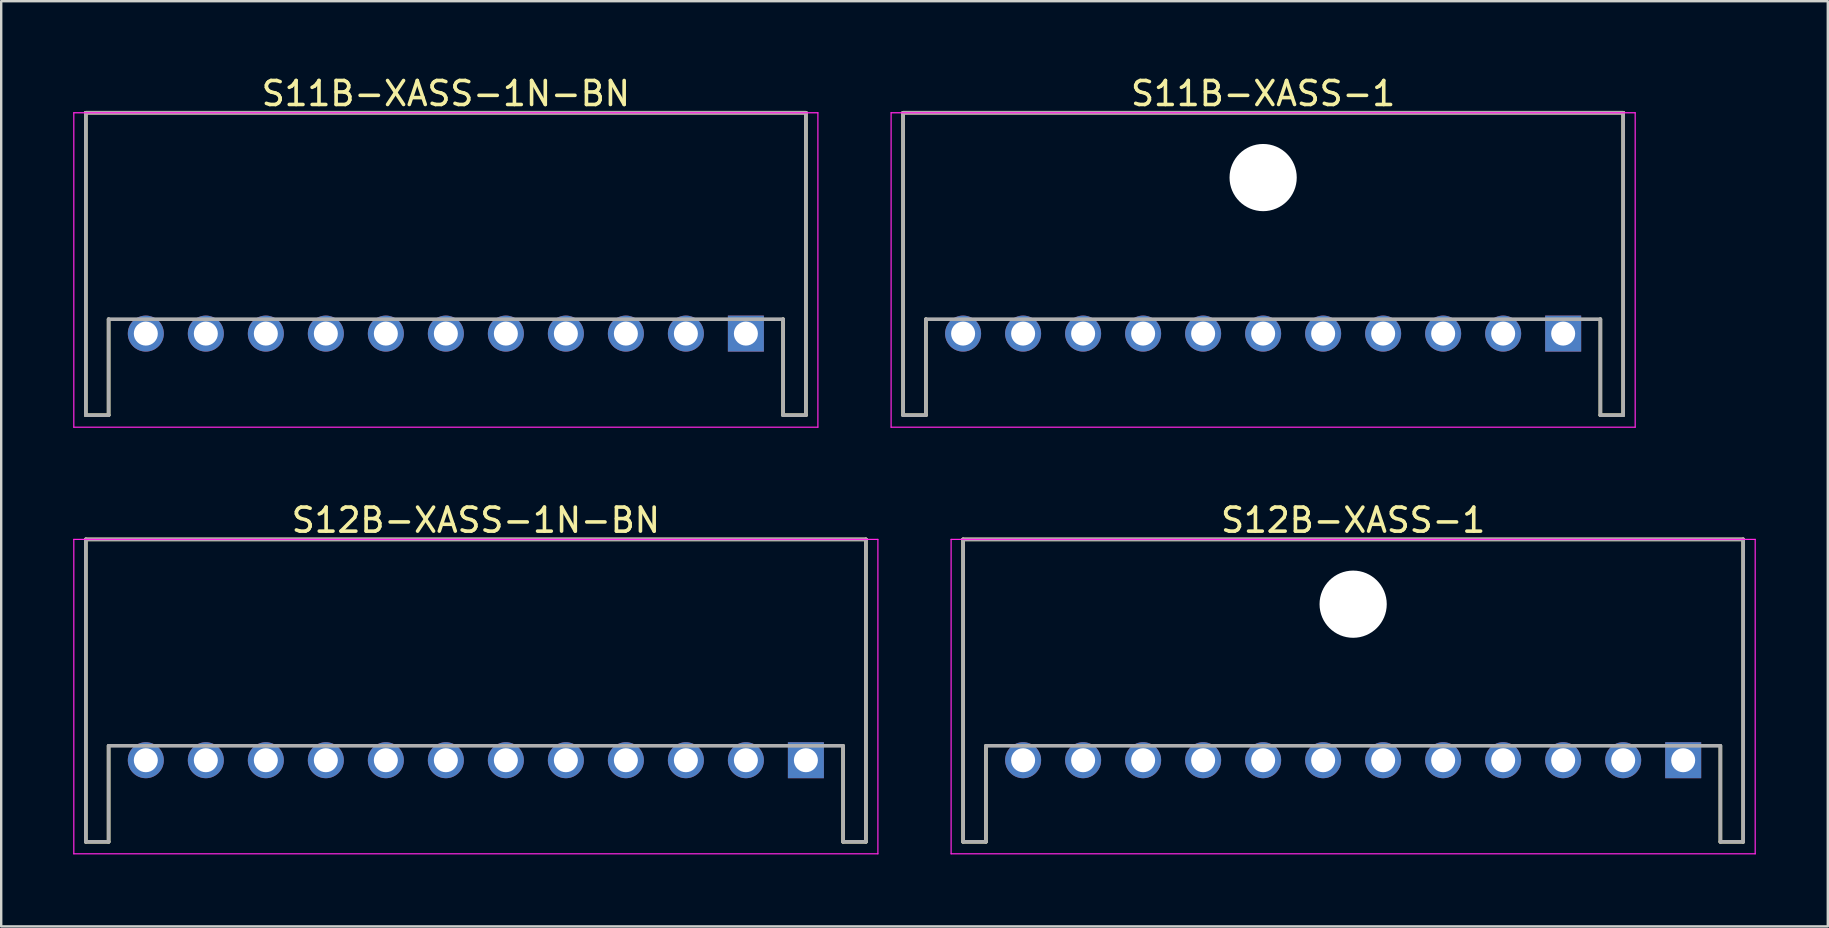
<source format=kicad_pcb>
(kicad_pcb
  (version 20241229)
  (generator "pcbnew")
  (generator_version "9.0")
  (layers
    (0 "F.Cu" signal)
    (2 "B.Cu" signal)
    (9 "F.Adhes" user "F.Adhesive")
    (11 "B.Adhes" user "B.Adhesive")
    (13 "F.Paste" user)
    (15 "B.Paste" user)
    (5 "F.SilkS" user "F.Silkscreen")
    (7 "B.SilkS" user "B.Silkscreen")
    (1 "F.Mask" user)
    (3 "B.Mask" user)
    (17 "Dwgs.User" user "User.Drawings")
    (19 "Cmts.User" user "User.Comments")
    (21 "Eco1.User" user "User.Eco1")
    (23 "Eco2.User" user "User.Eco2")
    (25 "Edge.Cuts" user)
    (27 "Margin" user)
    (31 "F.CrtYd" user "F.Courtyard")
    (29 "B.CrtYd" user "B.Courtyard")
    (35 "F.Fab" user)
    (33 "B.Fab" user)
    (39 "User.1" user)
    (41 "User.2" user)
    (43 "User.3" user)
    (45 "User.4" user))
  (footprint "S12B-XASS-1N-BN"
    (layer "F.Cu")
    (at 16.775 28.622)
    (property "Reference" "S12B-XASS-1N-BN" (at 0 -10 0) (layer "F.SilkS") (effects (font (size 1 1) (thickness 0.15))))
    (attr smd)
    (fp_line (start -16.25 -9.2) (end -16.25 3.4) (stroke (width 0.15) (type solid)) (layer "F.SilkS"))
    (fp_line (start -16.25 -9.2) (end 16.25 -9.2) (stroke (width 0.15) (type solid)) (layer "F.SilkS"))
    (fp_line (start -16.25 3.4) (end -15.3 3.4) (stroke (width 0.15) (type solid)) (layer "F.SilkS"))
    (fp_line (start -15.3 -0.6) (end -15.3 3.4) (stroke (width 0.15) (type solid)) (layer "F.SilkS"))
    (fp_line (start 15.3 -0.6) (end 15.3 3.4) (stroke (width 0.15) (type solid)) (layer "F.SilkS"))
    (fp_line (start 15.3 3.4) (end 16.25 3.4) (stroke (width 0.15) (type solid)) (layer "F.SilkS"))
    (fp_line (start 16.25 -9.2) (end 16.25 3.4) (stroke (width 0.15) (type solid)) (layer "F.SilkS"))
    (fp_line (start -16.75 -9.2) (end -16.75 3.9) (stroke (width 0.05) (type solid)) (layer "F.CrtYd"))
    (fp_line (start -16.75 -9.2) (end 16.75 -9.2) (stroke (width 0.05) (type solid)) (layer "F.CrtYd"))
    (fp_line (start -16.75 3.9) (end 16.75 3.9) (stroke (width 0.05) (type solid)) (layer "F.CrtYd"))
    (fp_line (start 16.75 -9.2) (end 16.75 3.9) (stroke (width 0.05) (type solid)) (layer "F.CrtYd"))
    (fp_line (start -16.25 -9.2) (end -16.25 3.4) (stroke (width 0.15) (type solid)) (layer "F.Fab"))
    (fp_line (start -16.25 -9.2) (end 16.25 -9.2) (stroke (width 0.15) (type solid)) (layer "F.Fab"))
    (fp_line (start -16.25 3.4) (end -15.3 3.4) (stroke (width 0.15) (type solid)) (layer "F.Fab"))
    (fp_line (start -15.3 -0.6) (end -15.3 3.4) (stroke (width 0.15) (type solid)) (layer "F.Fab"))
    (fp_line (start -15.3 -0.6) (end 15.3 -0.6) (stroke (width 0.15) (type solid)) (layer "F.Fab"))
    (fp_line (start 15.3 -0.6) (end 15.3 3.4) (stroke (width 0.15) (type solid)) (layer "F.Fab"))
    (fp_line (start 15.3 3.4) (end 16.25 3.4) (stroke (width 0.15) (type solid)) (layer "F.Fab"))
    (fp_line (start 16.25 -9.2) (end 16.25 3.4) (stroke (width 0.15) (type solid)) (layer "F.Fab"))
    (pad "1" thru_hole rect (at 13.75 0 180) (size 1.5 1.5) (drill 1) (layers "*.Cu" "*.Mask"))
    (pad "2" thru_hole circle (at 11.25 0 180) (size 1.5 1.5) (drill 1) (layers "*.Cu" "*.Mask"))
    (pad "3" thru_hole circle (at 8.75 0 180) (size 1.5 1.5) (drill 1) (layers "*.Cu" "*.Mask"))
    (pad "4" thru_hole circle (at 6.25 0 180) (size 1.5 1.5) (drill 1) (layers "*.Cu" "*.Mask"))
    (pad "5" thru_hole circle (at 3.75 0 180) (size 1.5 1.5) (drill 1) (layers "*.Cu" "*.Mask"))
    (pad "6" thru_hole circle (at 1.25 0 180) (size 1.5 1.5) (drill 1) (layers "*.Cu" "*.Mask"))
    (pad "7" thru_hole circle (at -1.25 0 180) (size 1.5 1.5) (drill 1) (layers "*.Cu" "*.Mask"))
    (pad "8" thru_hole circle (at -3.75 0 180) (size 1.5 1.5) (drill 1) (layers "*.Cu" "*.Mask"))
    (pad "9" thru_hole circle (at -6.25 0 180) (size 1.5 1.5) (drill 1) (layers "*.Cu" "*.Mask"))
    (pad "10" thru_hole circle (at -8.75 0 180) (size 1.5 1.5) (drill 1) (layers "*.Cu" "*.Mask"))
    (pad "11" thru_hole circle (at -11.25 0 180) (size 1.5 1.5) (drill 1) (layers "*.Cu" "*.Mask"))
    (pad "12" thru_hole circle (at -13.75 0 180) (size 1.5 1.5) (drill 1) (layers "*.Cu" "*.Mask")))
  (footprint "S11B-XASS-1"
    (layer "F.Cu")
    (at 49.575 10.848)
    (property "Reference" "S11B-XASS-1" (at 0 -10 0) (layer "F.SilkS") (effects (font (size 1 1) (thickness 0.15))))
    (attr smd)
    (fp_line (start -15 -9.2) (end -15 3.4) (stroke (width 0.15) (type solid)) (layer "F.SilkS"))
    (fp_line (start -15 -9.2) (end 15 -9.2) (stroke (width 0.15) (type solid)) (layer "F.SilkS"))
    (fp_line (start -15 3.4) (end -14.05 3.4) (stroke (width 0.15) (type solid)) (layer "F.SilkS"))
    (fp_line (start -14.05 -0.6) (end -14.05 3.4) (stroke (width 0.15) (type solid)) (layer "F.SilkS"))
    (fp_line (start 14.05 -0.6) (end 14.05 3.4) (stroke (width 0.15) (type solid)) (layer "F.SilkS"))
    (fp_line (start 14.05 3.4) (end 15 3.4) (stroke (width 0.15) (type solid)) (layer "F.SilkS"))
    (fp_line (start 15 -9.2) (end 15 3.4) (stroke (width 0.15) (type solid)) (layer "F.SilkS"))
    (fp_line (start -15.5 -9.2) (end -15.5 3.9) (stroke (width 0.05) (type solid)) (layer "F.CrtYd"))
    (fp_line (start -15.5 -9.2) (end 15.5 -9.2) (stroke (width 0.05) (type solid)) (layer "F.CrtYd"))
    (fp_line (start -15.5 3.9) (end 15.5 3.9) (stroke (width 0.05) (type solid)) (layer "F.CrtYd"))
    (fp_line (start 15.5 -9.2) (end 15.5 3.9) (stroke (width 0.05) (type solid)) (layer "F.CrtYd"))
    (fp_line (start -15 -9.2) (end -15 3.4) (stroke (width 0.15) (type solid)) (layer "F.Fab"))
    (fp_line (start -15 -9.2) (end 15 -9.2) (stroke (width 0.15) (type solid)) (layer "F.Fab"))
    (fp_line (start -15 3.4) (end -14.05 3.4) (stroke (width 0.15) (type solid)) (layer "F.Fab"))
    (fp_line (start -14.05 -0.6) (end -14.05 3.4) (stroke (width 0.15) (type solid)) (layer "F.Fab"))
    (fp_line (start -14.05 -0.6) (end 14.05 -0.6) (stroke (width 0.15) (type solid)) (layer "F.Fab"))
    (fp_line (start 14.05 -0.6) (end 14.05 3.4) (stroke (width 0.15) (type solid)) (layer "F.Fab"))
    (fp_line (start 14.05 3.4) (end 15 3.4) (stroke (width 0.15) (type solid)) (layer "F.Fab"))
    (fp_line (start 15 -9.2) (end 15 3.4) (stroke (width 0.15) (type solid)) (layer "F.Fab"))
    (pad "" np_thru_hole circle (at 0 -6.5) (size 2.8 2.8) (drill 2.8) (layers "*.Cu" "*.Mask"))
    (pad "1" thru_hole rect (at 12.5 0 180) (size 1.5 1.5) (drill 1) (layers "*.Cu" "*.Mask"))
    (pad "2" thru_hole circle (at 10 0 180) (size 1.5 1.5) (drill 1) (layers "*.Cu" "*.Mask"))
    (pad "3" thru_hole circle (at 7.5 0 180) (size 1.5 1.5) (drill 1) (layers "*.Cu" "*.Mask"))
    (pad "4" thru_hole circle (at 5 0 180) (size 1.5 1.5) (drill 1) (layers "*.Cu" "*.Mask"))
    (pad "5" thru_hole circle (at 2.5 0 180) (size 1.5 1.5) (drill 1) (layers "*.Cu" "*.Mask"))
    (pad "6" thru_hole circle (at 0 0 180) (size 1.5 1.5) (drill 1) (layers "*.Cu" "*.Mask"))
    (pad "7" thru_hole circle (at -2.5 0 180) (size 1.5 1.5) (drill 1) (layers "*.Cu" "*.Mask"))
    (pad "8" thru_hole circle (at -5 0 180) (size 1.5 1.5) (drill 1) (layers "*.Cu" "*.Mask"))
    (pad "9" thru_hole circle (at -7.5 0 180) (size 1.5 1.5) (drill 1) (layers "*.Cu" "*.Mask"))
    (pad "10" thru_hole circle (at -10 0 180) (size 1.5 1.5) (drill 1) (layers "*.Cu" "*.Mask"))
    (pad "11" thru_hole circle (at -12.5 0 180) (size 1.5 1.5) (drill 1) (layers "*.Cu" "*.Mask")))
  (footprint "S12B-XASS-1"
    (layer "F.Cu")
    (at 53.325 28.622)
    (property "Reference" "S12B-XASS-1" (at 0 -10 0) (layer "F.SilkS") (effects (font (size 1 1) (thickness 0.15))))
    (attr smd)
    (fp_line (start -16.25 -9.2) (end -16.25 3.4) (stroke (width 0.15) (type solid)) (layer "F.SilkS"))
    (fp_line (start -16.25 -9.2) (end 16.25 -9.2) (stroke (width 0.15) (type solid)) (layer "F.SilkS"))
    (fp_line (start -16.25 3.4) (end -15.3 3.4) (stroke (width 0.15) (type solid)) (layer "F.SilkS"))
    (fp_line (start -15.3 -0.6) (end -15.3 3.4) (stroke (width 0.15) (type solid)) (layer "F.SilkS"))
    (fp_line (start 15.3 -0.6) (end 15.3 3.4) (stroke (width 0.15) (type solid)) (layer "F.SilkS"))
    (fp_line (start 15.3 3.4) (end 16.25 3.4) (stroke (width 0.15) (type solid)) (layer "F.SilkS"))
    (fp_line (start 16.25 -9.2) (end 16.25 3.4) (stroke (width 0.15) (type solid)) (layer "F.SilkS"))
    (fp_line (start -16.75 -9.2) (end -16.75 3.9) (stroke (width 0.05) (type solid)) (layer "F.CrtYd"))
    (fp_line (start -16.75 -9.2) (end 16.75 -9.2) (stroke (width 0.05) (type solid)) (layer "F.CrtYd"))
    (fp_line (start -16.75 3.9) (end 16.75 3.9) (stroke (width 0.05) (type solid)) (layer "F.CrtYd"))
    (fp_line (start 16.75 -9.2) (end 16.75 3.9) (stroke (width 0.05) (type solid)) (layer "F.CrtYd"))
    (fp_line (start -16.25 -9.2) (end -16.25 3.4) (stroke (width 0.15) (type solid)) (layer "F.Fab"))
    (fp_line (start -16.25 -9.2) (end 16.25 -9.2) (stroke (width 0.15) (type solid)) (layer "F.Fab"))
    (fp_line (start -16.25 3.4) (end -15.3 3.4) (stroke (width 0.15) (type solid)) (layer "F.Fab"))
    (fp_line (start -15.3 -0.6) (end -15.3 3.4) (stroke (width 0.15) (type solid)) (layer "F.Fab"))
    (fp_line (start -15.3 -0.6) (end 15.3 -0.6) (stroke (width 0.15) (type solid)) (layer "F.Fab"))
    (fp_line (start 15.3 -0.6) (end 15.3 3.4) (stroke (width 0.15) (type solid)) (layer "F.Fab"))
    (fp_line (start 15.3 3.4) (end 16.25 3.4) (stroke (width 0.15) (type solid)) (layer "F.Fab"))
    (fp_line (start 16.25 -9.2) (end 16.25 3.4) (stroke (width 0.15) (type solid)) (layer "F.Fab"))
    (pad "" np_thru_hole circle (at 0 -6.5) (size 2.8 2.8) (drill 2.8) (layers "*.Cu" "*.Mask"))
    (pad "1" thru_hole rect (at 13.75 0 180) (size 1.5 1.5) (drill 1) (layers "*.Cu" "*.Mask"))
    (pad "2" thru_hole circle (at 11.25 0 180) (size 1.5 1.5) (drill 1) (layers "*.Cu" "*.Mask"))
    (pad "3" thru_hole circle (at 8.75 0 180) (size 1.5 1.5) (drill 1) (layers "*.Cu" "*.Mask"))
    (pad "4" thru_hole circle (at 6.25 0 180) (size 1.5 1.5) (drill 1) (layers "*.Cu" "*.Mask"))
    (pad "5" thru_hole circle (at 3.75 0 180) (size 1.5 1.5) (drill 1) (layers "*.Cu" "*.Mask"))
    (pad "6" thru_hole circle (at 1.25 0 180) (size 1.5 1.5) (drill 1) (layers "*.Cu" "*.Mask"))
    (pad "7" thru_hole circle (at -1.25 0 180) (size 1.5 1.5) (drill 1) (layers "*.Cu" "*.Mask"))
    (pad "8" thru_hole circle (at -3.75 0 180) (size 1.5 1.5) (drill 1) (layers "*.Cu" "*.Mask"))
    (pad "9" thru_hole circle (at -6.25 0 180) (size 1.5 1.5) (drill 1) (layers "*.Cu" "*.Mask"))
    (pad "10" thru_hole circle (at -8.75 0 180) (size 1.5 1.5) (drill 1) (layers "*.Cu" "*.Mask"))
    (pad "11" thru_hole circle (at -11.25 0 180) (size 1.5 1.5) (drill 1) (layers "*.Cu" "*.Mask"))
    (pad "12" thru_hole circle (at -13.75 0 180) (size 1.5 1.5) (drill 1) (layers "*.Cu" "*.Mask")))
  (footprint "S11B-XASS-1N-BN"
    (layer "F.Cu")
    (at 15.525 10.848)
    (property "Reference" "S11B-XASS-1N-BN" (at 0 -10 0) (layer "F.SilkS") (effects (font (size 1 1) (thickness 0.15))))
    (attr smd)
    (fp_line (start -15 -9.2) (end -15 3.4) (stroke (width 0.15) (type solid)) (layer "F.SilkS"))
    (fp_line (start -15 -9.2) (end 15 -9.2) (stroke (width 0.15) (type solid)) (layer "F.SilkS"))
    (fp_line (start -15 3.4) (end -14.05 3.4) (stroke (width 0.15) (type solid)) (layer "F.SilkS"))
    (fp_line (start -14.05 -0.6) (end -14.05 3.4) (stroke (width 0.15) (type solid)) (layer "F.SilkS"))
    (fp_line (start 14.05 -0.6) (end 14.05 3.4) (stroke (width 0.15) (type solid)) (layer "F.SilkS"))
    (fp_line (start 14.05 3.4) (end 15 3.4) (stroke (width 0.15) (type solid)) (layer "F.SilkS"))
    (fp_line (start 15 -9.2) (end 15 3.4) (stroke (width 0.15) (type solid)) (layer "F.SilkS"))
    (fp_line (start -15.5 -9.2) (end -15.5 3.9) (stroke (width 0.05) (type solid)) (layer "F.CrtYd"))
    (fp_line (start -15.5 -9.2) (end 15.5 -9.2) (stroke (width 0.05) (type solid)) (layer "F.CrtYd"))
    (fp_line (start -15.5 3.9) (end 15.5 3.9) (stroke (width 0.05) (type solid)) (layer "F.CrtYd"))
    (fp_line (start 15.5 -9.2) (end 15.5 3.9) (stroke (width 0.05) (type solid)) (layer "F.CrtYd"))
    (fp_line (start -15 -9.2) (end -15 3.4) (stroke (width 0.15) (type solid)) (layer "F.Fab"))
    (fp_line (start -15 -9.2) (end 15 -9.2) (stroke (width 0.15) (type solid)) (layer "F.Fab"))
    (fp_line (start -15 3.4) (end -14.05 3.4) (stroke (width 0.15) (type solid)) (layer "F.Fab"))
    (fp_line (start -14.05 -0.6) (end -14.05 3.4) (stroke (width 0.15) (type solid)) (layer "F.Fab"))
    (fp_line (start -14.05 -0.6) (end 14.05 -0.6) (stroke (width 0.15) (type solid)) (layer "F.Fab"))
    (fp_line (start 14.05 -0.6) (end 14.05 3.4) (stroke (width 0.15) (type solid)) (layer "F.Fab"))
    (fp_line (start 14.05 3.4) (end 15 3.4) (stroke (width 0.15) (type solid)) (layer "F.Fab"))
    (fp_line (start 15 -9.2) (end 15 3.4) (stroke (width 0.15) (type solid)) (layer "F.Fab"))
    (pad "1" thru_hole rect (at 12.5 0 180) (size 1.5 1.5) (drill 1) (layers "*.Cu" "*.Mask"))
    (pad "2" thru_hole circle (at 10 0 180) (size 1.5 1.5) (drill 1) (layers "*.Cu" "*.Mask"))
    (pad "3" thru_hole circle (at 7.5 0 180) (size 1.5 1.5) (drill 1) (layers "*.Cu" "*.Mask"))
    (pad "4" thru_hole circle (at 5 0 180) (size 1.5 1.5) (drill 1) (layers "*.Cu" "*.Mask"))
    (pad "5" thru_hole circle (at 2.5 0 180) (size 1.5 1.5) (drill 1) (layers "*.Cu" "*.Mask"))
    (pad "6" thru_hole circle (at 0 0 180) (size 1.5 1.5) (drill 1) (layers "*.Cu" "*.Mask"))
    (pad "7" thru_hole circle (at -2.5 0 180) (size 1.5 1.5) (drill 1) (layers "*.Cu" "*.Mask"))
    (pad "8" thru_hole circle (at -5 0 180) (size 1.5 1.5) (drill 1) (layers "*.Cu" "*.Mask"))
    (pad "9" thru_hole circle (at -7.5 0 180) (size 1.5 1.5) (drill 1) (layers "*.Cu" "*.Mask"))
    (pad "10" thru_hole circle (at -10 0 180) (size 1.5 1.5) (drill 1) (layers "*.Cu" "*.Mask"))
    (pad "11" thru_hole circle (at -12.5 0 180) (size 1.5 1.5) (drill 1) (layers "*.Cu" "*.Mask")))
  (gr_rect
    (start -3 -3)
    (end 73.1 35.547)
    (stroke (width 0.1) (type default))
    (fill no)
    (layer "Edge.Cuts")))
</source>
